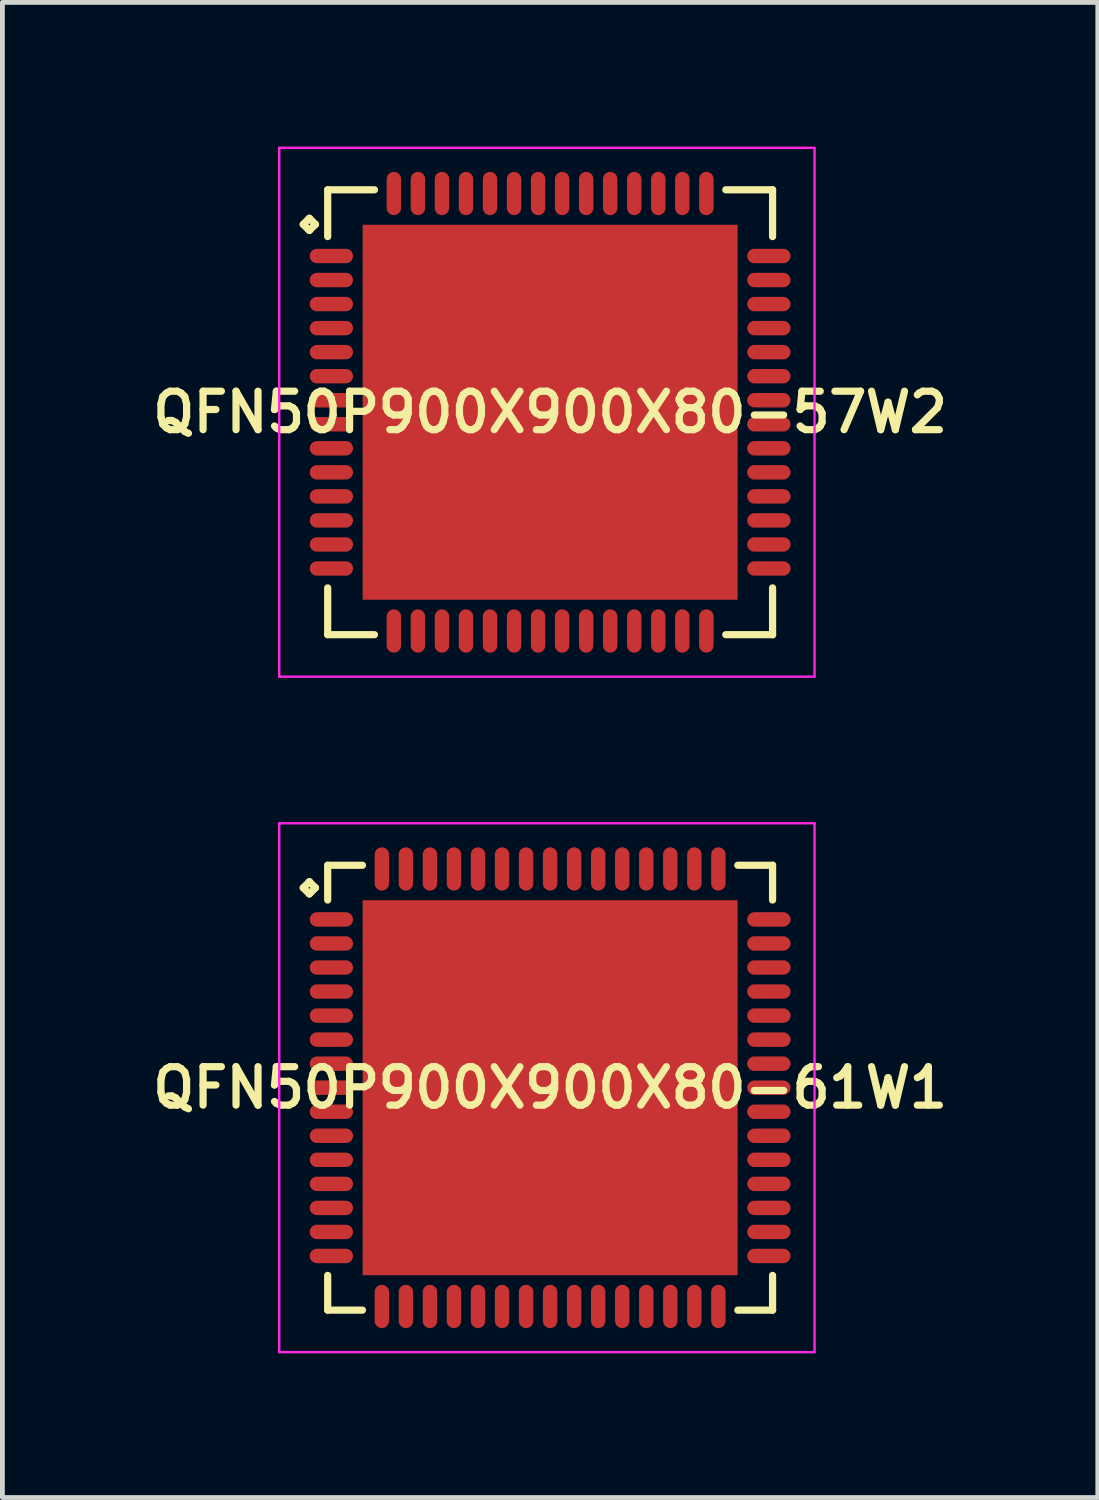
<source format=kicad_pcb>
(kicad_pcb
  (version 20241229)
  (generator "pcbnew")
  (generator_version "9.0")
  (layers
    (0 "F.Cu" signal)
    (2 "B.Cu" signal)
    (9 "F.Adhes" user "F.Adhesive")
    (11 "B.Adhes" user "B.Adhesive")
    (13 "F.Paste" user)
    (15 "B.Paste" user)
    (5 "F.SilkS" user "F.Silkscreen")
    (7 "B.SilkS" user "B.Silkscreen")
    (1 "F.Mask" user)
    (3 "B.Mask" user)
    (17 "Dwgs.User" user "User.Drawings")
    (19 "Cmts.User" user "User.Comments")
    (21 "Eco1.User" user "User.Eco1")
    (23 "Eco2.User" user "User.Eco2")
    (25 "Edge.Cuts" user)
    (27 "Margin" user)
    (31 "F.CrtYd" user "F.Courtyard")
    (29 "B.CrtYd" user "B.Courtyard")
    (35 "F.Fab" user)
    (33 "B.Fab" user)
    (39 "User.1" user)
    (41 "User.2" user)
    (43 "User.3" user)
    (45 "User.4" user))
  (footprint "QFN50P900X900X80-61W1"
    (layer "F.Cu")
    (at 8.393 19.575)
    (property "Reference" "QFN50P900X900X80-61W1" (at 0 0 0) (layer "F.SilkS") (effects (font (size 0.8 0.8) (thickness 0.15))))
    (attr smd)
    (fp_line (start -5.135 -4.158) (end -5.008 -4.285) (stroke (width 0.15) (type solid)) (layer "F.SilkS"))
    (fp_line (start -5.008 -4.285) (end -4.881 -4.158) (stroke (width 0.15) (type solid)) (layer "F.SilkS"))
    (fp_line (start -5.008 -4.031) (end -5.135 -4.158) (stroke (width 0.15) (type solid)) (layer "F.SilkS"))
    (fp_line (start -4.881 -4.158) (end -5.008 -4.031) (stroke (width 0.15) (type solid)) (layer "F.SilkS"))
    (fp_line (start -4.627 -4.627) (end -3.904 -4.627) (stroke (width 0.15) (type solid)) (layer "F.SilkS"))
    (fp_line (start -4.627 -3.904) (end -4.627 -4.627) (stroke (width 0.15) (type solid)) (layer "F.SilkS"))
    (fp_line (start -4.627 3.904) (end -4.627 4.627) (stroke (width 0.15) (type solid)) (layer "F.SilkS"))
    (fp_line (start -4.627 4.627) (end -3.904 4.627) (stroke (width 0.15) (type solid)) (layer "F.SilkS"))
    (fp_line (start 3.904 -4.627) (end 4.627 -4.627) (stroke (width 0.15) (type solid)) (layer "F.SilkS"))
    (fp_line (start 3.904 4.627) (end 4.627 4.627) (stroke (width 0.15) (type solid)) (layer "F.SilkS"))
    (fp_line (start 4.627 -4.627) (end 4.627 -3.904) (stroke (width 0.15) (type solid)) (layer "F.SilkS"))
    (fp_line (start 4.627 4.627) (end 4.627 3.904) (stroke (width 0.15) (type solid)) (layer "F.SilkS"))
    (fp_line (start -5.635 -5.5) (end 5.5 -5.5) (stroke (width 0.05) (type solid)) (layer "F.CrtYd"))
    (fp_line (start -5.635 5.5) (end -5.635 -5.5) (stroke (width 0.05) (type solid)) (layer "F.CrtYd"))
    (fp_line (start 5.5 -5.5) (end 5.5 5.5) (stroke (width 0.05) (type solid)) (layer "F.CrtYd"))
    (fp_line (start 5.5 5.5) (end -5.635 5.5) (stroke (width 0.05) (type solid)) (layer "F.CrtYd"))
    (pad "1" smd oval (at -4.55 -3.5) (size 0.9 0.3) (layers "F.Cu" "F.Mask" "F.Paste"))
    (pad "2" smd oval (at -4.55 -3) (size 0.9 0.3) (layers "F.Cu" "F.Mask" "F.Paste"))
    (pad "3" smd oval (at -4.55 -2.5) (size 0.9 0.3) (layers "F.Cu" "F.Mask" "F.Paste"))
    (pad "4" smd oval (at -4.55 -2) (size 0.9 0.3) (layers "F.Cu" "F.Mask" "F.Paste"))
    (pad "5" smd oval (at -4.55 -1.5) (size 0.9 0.3) (layers "F.Cu" "F.Mask" "F.Paste"))
    (pad "6" smd oval (at -4.55 -1) (size 0.9 0.3) (layers "F.Cu" "F.Mask" "F.Paste"))
    (pad "7" smd oval (at -4.55 -0.5) (size 0.9 0.3) (layers "F.Cu" "F.Mask" "F.Paste"))
    (pad "8" smd oval (at -4.55 0) (size 0.9 0.3) (layers "F.Cu" "F.Mask" "F.Paste"))
    (pad "9" smd oval (at -4.55 0.5) (size 0.9 0.3) (layers "F.Cu" "F.Mask" "F.Paste"))
    (pad "10" smd oval (at -4.55 1) (size 0.9 0.3) (layers "F.Cu" "F.Mask" "F.Paste"))
    (pad "11" smd oval (at -4.55 1.5) (size 0.9 0.3) (layers "F.Cu" "F.Mask" "F.Paste"))
    (pad "12" smd oval (at -4.55 2) (size 0.9 0.3) (layers "F.Cu" "F.Mask" "F.Paste"))
    (pad "13" smd oval (at -4.55 2.5) (size 0.9 0.3) (layers "F.Cu" "F.Mask" "F.Paste"))
    (pad "14" smd oval (at -4.55 3) (size 0.9 0.3) (layers "F.Cu" "F.Mask" "F.Paste"))
    (pad "15" smd oval (at -4.55 3.5) (size 0.9 0.3) (layers "F.Cu" "F.Mask" "F.Paste"))
    (pad "16" smd oval (at -3.5 4.55) (size 0.3 0.9) (layers "F.Cu" "F.Mask" "F.Paste"))
    (pad "17" smd oval (at -3 4.55) (size 0.3 0.9) (layers "F.Cu" "F.Mask" "F.Paste"))
    (pad "18" smd oval (at -2.5 4.55) (size 0.3 0.9) (layers "F.Cu" "F.Mask" "F.Paste"))
    (pad "19" smd oval (at -2 4.55) (size 0.3 0.9) (layers "F.Cu" "F.Mask" "F.Paste"))
    (pad "20" smd oval (at -1.5 4.55) (size 0.3 0.9) (layers "F.Cu" "F.Mask" "F.Paste"))
    (pad "21" smd oval (at -1 4.55) (size 0.3 0.9) (layers "F.Cu" "F.Mask" "F.Paste"))
    (pad "22" smd oval (at -0.5 4.55) (size 0.3 0.9) (layers "F.Cu" "F.Mask" "F.Paste"))
    (pad "23" smd oval (at 0 4.55) (size 0.3 0.9) (layers "F.Cu" "F.Mask" "F.Paste"))
    (pad "24" smd oval (at 0.5 4.55) (size 0.3 0.9) (layers "F.Cu" "F.Mask" "F.Paste"))
    (pad "25" smd oval (at 1 4.55) (size 0.3 0.9) (layers "F.Cu" "F.Mask" "F.Paste"))
    (pad "26" smd oval (at 1.5 4.55) (size 0.3 0.9) (layers "F.Cu" "F.Mask" "F.Paste"))
    (pad "27" smd oval (at 2 4.55) (size 0.3 0.9) (layers "F.Cu" "F.Mask" "F.Paste"))
    (pad "28" smd oval (at 2.5 4.55) (size 0.3 0.9) (layers "F.Cu" "F.Mask" "F.Paste"))
    (pad "29" smd oval (at 3 4.55) (size 0.3 0.9) (layers "F.Cu" "F.Mask" "F.Paste"))
    (pad "30" smd oval (at 3.5 4.55) (size 0.3 0.9) (layers "F.Cu" "F.Mask" "F.Paste"))
    (pad "31" smd oval (at 4.55 3.5) (size 0.9 0.3) (layers "F.Cu" "F.Mask" "F.Paste"))
    (pad "32" smd oval (at 4.55 3) (size 0.9 0.3) (layers "F.Cu" "F.Mask" "F.Paste"))
    (pad "33" smd oval (at 4.55 2.5) (size 0.9 0.3) (layers "F.Cu" "F.Mask" "F.Paste"))
    (pad "34" smd oval (at 4.55 2) (size 0.9 0.3) (layers "F.Cu" "F.Mask" "F.Paste"))
    (pad "35" smd oval (at 4.55 1.5) (size 0.9 0.3) (layers "F.Cu" "F.Mask" "F.Paste"))
    (pad "36" smd oval (at 4.55 1) (size 0.9 0.3) (layers "F.Cu" "F.Mask" "F.Paste"))
    (pad "37" smd oval (at 4.55 0.5) (size 0.9 0.3) (layers "F.Cu" "F.Mask" "F.Paste"))
    (pad "38" smd oval (at 4.55 0) (size 0.9 0.3) (layers "F.Cu" "F.Mask" "F.Paste"))
    (pad "39" smd oval (at 4.55 -0.5) (size 0.9 0.3) (layers "F.Cu" "F.Mask" "F.Paste"))
    (pad "40" smd oval (at 4.55 -1) (size 0.9 0.3) (layers "F.Cu" "F.Mask" "F.Paste"))
    (pad "41" smd oval (at 4.55 -1.5) (size 0.9 0.3) (layers "F.Cu" "F.Mask" "F.Paste"))
    (pad "42" smd oval (at 4.55 -2) (size 0.9 0.3) (layers "F.Cu" "F.Mask" "F.Paste"))
    (pad "43" smd oval (at 4.55 -2.5) (size 0.9 0.3) (layers "F.Cu" "F.Mask" "F.Paste"))
    (pad "44" smd oval (at 4.55 -3) (size 0.9 0.3) (layers "F.Cu" "F.Mask" "F.Paste"))
    (pad "45" smd oval (at 4.55 -3.5) (size 0.9 0.3) (layers "F.Cu" "F.Mask" "F.Paste"))
    (pad "46" smd oval (at 3.5 -4.55) (size 0.3 0.9) (layers "F.Cu" "F.Mask" "F.Paste"))
    (pad "47" smd oval (at 3 -4.55) (size 0.3 0.9) (layers "F.Cu" "F.Mask" "F.Paste"))
    (pad "48" smd oval (at 2.5 -4.55) (size 0.3 0.9) (layers "F.Cu" "F.Mask" "F.Paste"))
    (pad "49" smd oval (at 2 -4.55) (size 0.3 0.9) (layers "F.Cu" "F.Mask" "F.Paste"))
    (pad "50" smd oval (at 1.5 -4.55) (size 0.3 0.9) (layers "F.Cu" "F.Mask" "F.Paste"))
    (pad "51" smd oval (at 1 -4.55) (size 0.3 0.9) (layers "F.Cu" "F.Mask" "F.Paste"))
    (pad "52" smd oval (at 0.5 -4.55) (size 0.3 0.9) (layers "F.Cu" "F.Mask" "F.Paste"))
    (pad "53" smd oval (at 0 -4.55) (size 0.3 0.9) (layers "F.Cu" "F.Mask" "F.Paste"))
    (pad "54" smd oval (at -0.5 -4.55) (size 0.3 0.9) (layers "F.Cu" "F.Mask" "F.Paste"))
    (pad "55" smd oval (at -1 -4.55) (size 0.3 0.9) (layers "F.Cu" "F.Mask" "F.Paste"))
    (pad "56" smd oval (at -1.5 -4.55) (size 0.3 0.9) (layers "F.Cu" "F.Mask" "F.Paste"))
    (pad "57" smd oval (at -2 -4.55) (size 0.3 0.9) (layers "F.Cu" "F.Mask" "F.Paste"))
    (pad "58" smd oval (at -2.5 -4.55) (size 0.3 0.9) (layers "F.Cu" "F.Mask" "F.Paste"))
    (pad "59" smd oval (at -3 -4.55) (size 0.3 0.9) (layers "F.Cu" "F.Mask" "F.Paste"))
    (pad "60" smd oval (at -3.5 -4.55) (size 0.3 0.9) (layers "F.Cu" "F.Mask" "F.Paste"))
    (pad "61" smd rect (at 0 0) (size 7.8 7.8) (layers "F.Cu" "F.Mask" "F.Paste")))
  (footprint "QFN50P900X900X80-57W2"
    (layer "F.Cu")
    (at 8.393 5.525)
    (property "Reference" "QFN50P900X900X80-57W2" (at 0 0 0) (layer "F.SilkS") (effects (font (size 0.8 0.8) (thickness 0.15))))
    (attr smd)
    (fp_line (start -5.135 -3.908) (end -5.008 -4.035) (stroke (width 0.15) (type solid)) (layer "F.SilkS"))
    (fp_line (start -5.008 -4.035) (end -4.881 -3.908) (stroke (width 0.15) (type solid)) (layer "F.SilkS"))
    (fp_line (start -5.008 -3.781) (end -5.135 -3.908) (stroke (width 0.15) (type solid)) (layer "F.SilkS"))
    (fp_line (start -4.881 -3.908) (end -5.008 -3.781) (stroke (width 0.15) (type solid)) (layer "F.SilkS"))
    (fp_line (start -4.627 -4.627) (end -3.654 -4.627) (stroke (width 0.15) (type solid)) (layer "F.SilkS"))
    (fp_line (start -4.627 -3.654) (end -4.627 -4.627) (stroke (width 0.15) (type solid)) (layer "F.SilkS"))
    (fp_line (start -4.627 3.654) (end -4.627 4.627) (stroke (width 0.15) (type solid)) (layer "F.SilkS"))
    (fp_line (start -4.627 4.627) (end -3.654 4.627) (stroke (width 0.15) (type solid)) (layer "F.SilkS"))
    (fp_line (start 3.654 -4.627) (end 4.627 -4.627) (stroke (width 0.15) (type solid)) (layer "F.SilkS"))
    (fp_line (start 3.654 4.627) (end 4.627 4.627) (stroke (width 0.15) (type solid)) (layer "F.SilkS"))
    (fp_line (start 4.627 -4.627) (end 4.627 -3.654) (stroke (width 0.15) (type solid)) (layer "F.SilkS"))
    (fp_line (start 4.627 4.627) (end 4.627 3.654) (stroke (width 0.15) (type solid)) (layer "F.SilkS"))
    (fp_line (start -5.635 -5.5) (end 5.5 -5.5) (stroke (width 0.05) (type solid)) (layer "F.CrtYd"))
    (fp_line (start -5.635 5.5) (end -5.635 -5.5) (stroke (width 0.05) (type solid)) (layer "F.CrtYd"))
    (fp_line (start 5.5 -5.5) (end 5.5 5.5) (stroke (width 0.05) (type solid)) (layer "F.CrtYd"))
    (fp_line (start 5.5 5.5) (end -5.635 5.5) (stroke (width 0.05) (type solid)) (layer "F.CrtYd"))
    (pad "1" smd oval (at -4.55 -3.25) (size 0.9 0.3) (layers "F.Cu" "F.Mask" "F.Paste"))
    (pad "2" smd oval (at -4.55 -2.75) (size 0.9 0.3) (layers "F.Cu" "F.Mask" "F.Paste"))
    (pad "3" smd oval (at -4.55 -2.25) (size 0.9 0.3) (layers "F.Cu" "F.Mask" "F.Paste"))
    (pad "4" smd oval (at -4.55 -1.75) (size 0.9 0.3) (layers "F.Cu" "F.Mask" "F.Paste"))
    (pad "5" smd oval (at -4.55 -1.25) (size 0.9 0.3) (layers "F.Cu" "F.Mask" "F.Paste"))
    (pad "6" smd oval (at -4.55 -0.75) (size 0.9 0.3) (layers "F.Cu" "F.Mask" "F.Paste"))
    (pad "7" smd oval (at -4.55 -0.25) (size 0.9 0.3) (layers "F.Cu" "F.Mask" "F.Paste"))
    (pad "8" smd oval (at -4.55 0.25) (size 0.9 0.3) (layers "F.Cu" "F.Mask" "F.Paste"))
    (pad "9" smd oval (at -4.55 0.75) (size 0.9 0.3) (layers "F.Cu" "F.Mask" "F.Paste"))
    (pad "10" smd oval (at -4.55 1.25) (size 0.9 0.3) (layers "F.Cu" "F.Mask" "F.Paste"))
    (pad "11" smd oval (at -4.55 1.75) (size 0.9 0.3) (layers "F.Cu" "F.Mask" "F.Paste"))
    (pad "12" smd oval (at -4.55 2.25) (size 0.9 0.3) (layers "F.Cu" "F.Mask" "F.Paste"))
    (pad "13" smd oval (at -4.55 2.75) (size 0.9 0.3) (layers "F.Cu" "F.Mask" "F.Paste"))
    (pad "14" smd oval (at -4.55 3.25) (size 0.9 0.3) (layers "F.Cu" "F.Mask" "F.Paste"))
    (pad "15" smd oval (at -3.25 4.55) (size 0.3 0.9) (layers "F.Cu" "F.Mask" "F.Paste"))
    (pad "16" smd oval (at -2.75 4.55) (size 0.3 0.9) (layers "F.Cu" "F.Mask" "F.Paste"))
    (pad "17" smd oval (at -2.25 4.55) (size 0.3 0.9) (layers "F.Cu" "F.Mask" "F.Paste"))
    (pad "18" smd oval (at -1.75 4.55) (size 0.3 0.9) (layers "F.Cu" "F.Mask" "F.Paste"))
    (pad "19" smd oval (at -1.25 4.55) (size 0.3 0.9) (layers "F.Cu" "F.Mask" "F.Paste"))
    (pad "20" smd oval (at -0.75 4.55) (size 0.3 0.9) (layers "F.Cu" "F.Mask" "F.Paste"))
    (pad "21" smd oval (at -0.25 4.55) (size 0.3 0.9) (layers "F.Cu" "F.Mask" "F.Paste"))
    (pad "22" smd oval (at 0.25 4.55) (size 0.3 0.9) (layers "F.Cu" "F.Mask" "F.Paste"))
    (pad "23" smd oval (at 0.75 4.55) (size 0.3 0.9) (layers "F.Cu" "F.Mask" "F.Paste"))
    (pad "24" smd oval (at 1.25 4.55) (size 0.3 0.9) (layers "F.Cu" "F.Mask" "F.Paste"))
    (pad "25" smd oval (at 1.75 4.55) (size 0.3 0.9) (layers "F.Cu" "F.Mask" "F.Paste"))
    (pad "26" smd oval (at 2.25 4.55) (size 0.3 0.9) (layers "F.Cu" "F.Mask" "F.Paste"))
    (pad "27" smd oval (at 2.75 4.55) (size 0.3 0.9) (layers "F.Cu" "F.Mask" "F.Paste"))
    (pad "28" smd oval (at 3.25 4.55) (size 0.3 0.9) (layers "F.Cu" "F.Mask" "F.Paste"))
    (pad "29" smd oval (at 4.55 3.25) (size 0.9 0.3) (layers "F.Cu" "F.Mask" "F.Paste"))
    (pad "30" smd oval (at 4.55 2.75) (size 0.9 0.3) (layers "F.Cu" "F.Mask" "F.Paste"))
    (pad "31" smd oval (at 4.55 2.25) (size 0.9 0.3) (layers "F.Cu" "F.Mask" "F.Paste"))
    (pad "32" smd oval (at 4.55 1.75) (size 0.9 0.3) (layers "F.Cu" "F.Mask" "F.Paste"))
    (pad "33" smd oval (at 4.55 1.25) (size 0.9 0.3) (layers "F.Cu" "F.Mask" "F.Paste"))
    (pad "34" smd oval (at 4.55 0.75) (size 0.9 0.3) (layers "F.Cu" "F.Mask" "F.Paste"))
    (pad "35" smd oval (at 4.55 0.25) (size 0.9 0.3) (layers "F.Cu" "F.Mask" "F.Paste"))
    (pad "36" smd oval (at 4.55 -0.25) (size 0.9 0.3) (layers "F.Cu" "F.Mask" "F.Paste"))
    (pad "37" smd oval (at 4.55 -0.75) (size 0.9 0.3) (layers "F.Cu" "F.Mask" "F.Paste"))
    (pad "38" smd oval (at 4.55 -1.25) (size 0.9 0.3) (layers "F.Cu" "F.Mask" "F.Paste"))
    (pad "39" smd oval (at 4.55 -1.75) (size 0.9 0.3) (layers "F.Cu" "F.Mask" "F.Paste"))
    (pad "40" smd oval (at 4.55 -2.25) (size 0.9 0.3) (layers "F.Cu" "F.Mask" "F.Paste"))
    (pad "41" smd oval (at 4.55 -2.75) (size 0.9 0.3) (layers "F.Cu" "F.Mask" "F.Paste"))
    (pad "42" smd oval (at 4.55 -3.25) (size 0.9 0.3) (layers "F.Cu" "F.Mask" "F.Paste"))
    (pad "43" smd oval (at 3.25 -4.55) (size 0.3 0.9) (layers "F.Cu" "F.Mask" "F.Paste"))
    (pad "44" smd oval (at 2.75 -4.55) (size 0.3 0.9) (layers "F.Cu" "F.Mask" "F.Paste"))
    (pad "45" smd oval (at 2.25 -4.55) (size 0.3 0.9) (layers "F.Cu" "F.Mask" "F.Paste"))
    (pad "46" smd oval (at 1.75 -4.55) (size 0.3 0.9) (layers "F.Cu" "F.Mask" "F.Paste"))
    (pad "47" smd oval (at 1.25 -4.55) (size 0.3 0.9) (layers "F.Cu" "F.Mask" "F.Paste"))
    (pad "48" smd oval (at 0.75 -4.55) (size 0.3 0.9) (layers "F.Cu" "F.Mask" "F.Paste"))
    (pad "49" smd oval (at 0.25 -4.55) (size 0.3 0.9) (layers "F.Cu" "F.Mask" "F.Paste"))
    (pad "50" smd oval (at -0.25 -4.55) (size 0.3 0.9) (layers "F.Cu" "F.Mask" "F.Paste"))
    (pad "51" smd oval (at -0.75 -4.55) (size 0.3 0.9) (layers "F.Cu" "F.Mask" "F.Paste"))
    (pad "52" smd oval (at -1.25 -4.55) (size 0.3 0.9) (layers "F.Cu" "F.Mask" "F.Paste"))
    (pad "53" smd oval (at -1.75 -4.55) (size 0.3 0.9) (layers "F.Cu" "F.Mask" "F.Paste"))
    (pad "54" smd oval (at -2.25 -4.55) (size 0.3 0.9) (layers "F.Cu" "F.Mask" "F.Paste"))
    (pad "55" smd oval (at -2.75 -4.55) (size 0.3 0.9) (layers "F.Cu" "F.Mask" "F.Paste"))
    (pad "56" smd oval (at -3.25 -4.55) (size 0.3 0.9) (layers "F.Cu" "F.Mask" "F.Paste"))
    (pad "57" smd rect (at 0 0) (size 7.8 7.8) (layers "F.Cu" "F.Mask" "F.Paste")))
  (gr_rect
    (start -3 -3)
    (end 19.785 28.1)
    (stroke (width 0.1) (type default))
    (fill no)
    (layer "Edge.Cuts")))
</source>
